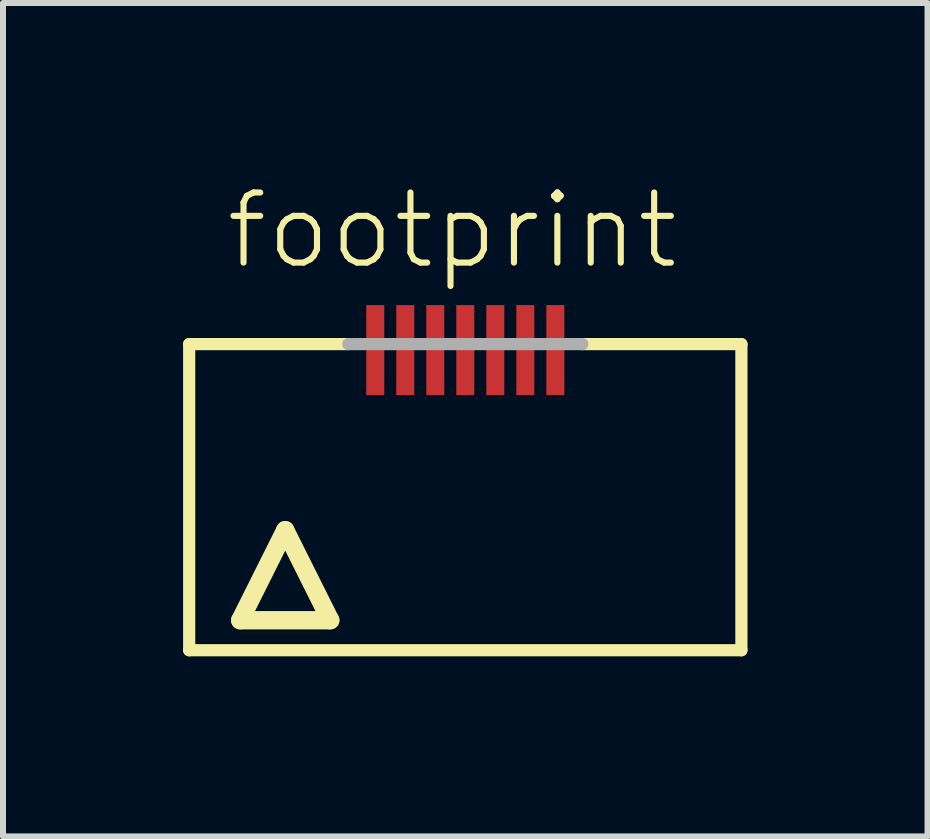
<source format=kicad_pcb>
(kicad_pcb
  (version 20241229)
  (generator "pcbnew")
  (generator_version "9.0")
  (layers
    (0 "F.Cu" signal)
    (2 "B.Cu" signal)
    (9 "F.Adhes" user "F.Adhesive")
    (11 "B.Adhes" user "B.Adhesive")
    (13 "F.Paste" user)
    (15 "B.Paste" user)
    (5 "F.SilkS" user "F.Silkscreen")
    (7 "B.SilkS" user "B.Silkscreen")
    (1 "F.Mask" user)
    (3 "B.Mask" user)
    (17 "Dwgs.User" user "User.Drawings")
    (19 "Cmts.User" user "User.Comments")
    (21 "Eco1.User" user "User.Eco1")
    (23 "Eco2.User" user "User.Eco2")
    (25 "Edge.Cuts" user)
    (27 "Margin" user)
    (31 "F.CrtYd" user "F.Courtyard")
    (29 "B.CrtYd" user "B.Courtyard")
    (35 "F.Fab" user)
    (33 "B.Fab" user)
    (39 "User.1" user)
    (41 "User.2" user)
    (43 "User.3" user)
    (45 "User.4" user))
  (footprint "footprint"
    (layer "F.Cu")
    (at 4.702 5.283)
    (property "Reference" "footprint" (at -4.04 -3.81 0) (layer "F.SilkS") (effects (font (size 1.168 1.168) (thickness 0.102)) (justify left bottom)))
    (fp_line (start -4.6 -2.6) (end -1.95 -2.6) (stroke (width 0.203) (type solid)) (layer "F.SilkS"))
    (fp_line (start -4.6 2.5) (end -4.6 -2.6) (stroke (width 0.203) (type solid)) (layer "F.SilkS"))
    (fp_line (start -3.75 2) (end -2.25 2) (stroke (width 0.305) (type solid)) (layer "F.SilkS"))
    (fp_line (start -3 0.5) (end -3.75 2) (stroke (width 0.305) (type solid)) (layer "F.SilkS"))
    (fp_line (start -2.25 2) (end -3 0.5) (stroke (width 0.305) (type solid)) (layer "F.SilkS"))
    (fp_line (start 1.95 -2.6) (end 4.6 -2.6) (stroke (width 0.203) (type solid)) (layer "F.SilkS"))
    (fp_line (start 4.6 -2.6) (end 4.6 2.5) (stroke (width 0.203) (type solid)) (layer "F.SilkS"))
    (fp_line (start 4.6 2.5) (end -4.6 2.5) (stroke (width 0.203) (type solid)) (layer "F.SilkS"))
    (fp_line (start -1.95 -2.6) (end 1.95 -2.6) (stroke (width 0.203) (type solid)) (layer "F.Fab"))
    (pad "1" smd rect (at -1.5 -2.5) (size 0.3 1.5) (layers "F.Cu" "F.Mask" "F.Paste"))
    (pad "2" smd rect (at -1 -2.5) (size 0.3 1.5) (layers "F.Cu" "F.Mask" "F.Paste"))
    (pad "3" smd rect (at -0.5 -2.5) (size 0.3 1.5) (layers "F.Cu" "F.Mask" "F.Paste"))
    (pad "4" smd rect (at 0 -2.5) (size 0.3 1.5) (layers "F.Cu" "F.Mask" "F.Paste"))
    (pad "5" smd rect (at 0.5 -2.5) (size 0.3 1.5) (layers "F.Cu" "F.Mask" "F.Paste"))
    (pad "6" smd rect (at 1 -2.5) (size 0.3 1.5) (layers "F.Cu" "F.Mask" "F.Paste"))
    (pad "7" smd rect (at 1.5 -2.5) (size 0.3 1.5) (layers "F.Cu" "F.Mask" "F.Paste")))
  (gr_rect
    (start -3 -3)
    (end 12.403 10.885)
    (stroke (width 0.1) (type default))
    (fill no)
    (layer "Edge.Cuts")))
</source>
